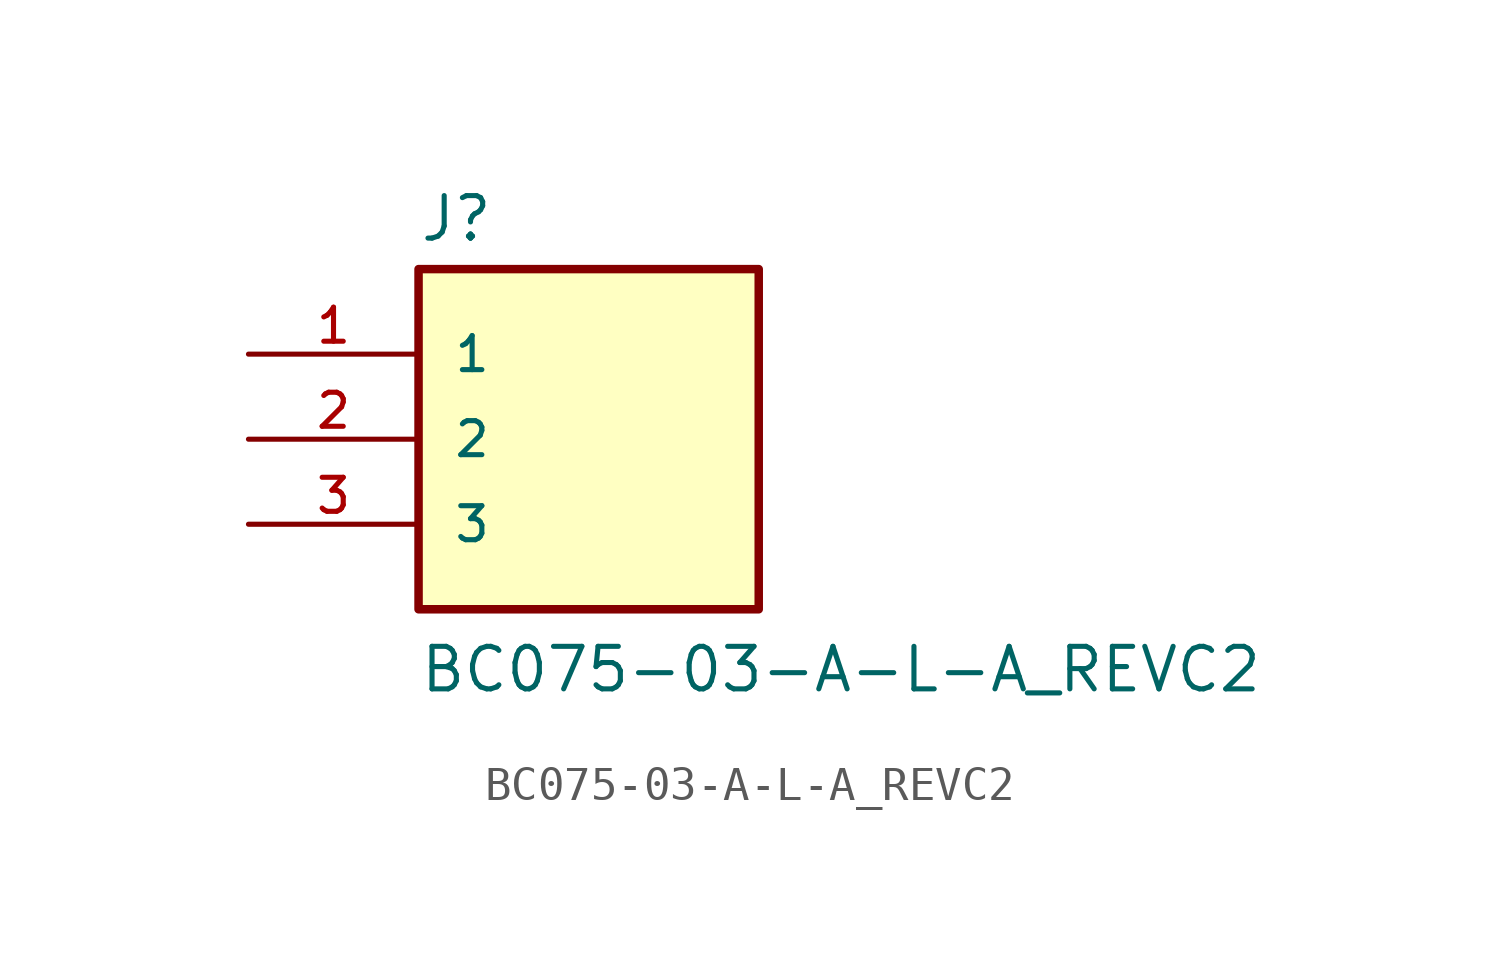
<source format=kicad_sym>
(kicad_symbol_lib
  (version 20211014)
  (generator kicad_symbol_editor)
  (symbol "BC075-03-A-L-A_REVC2"
    (pin_names
      (offset 1.016))
    (property "Reference" "J"
      (at -5.08 5.842 0)
      (effects (font (size 1.27 1.27)) (justify bottom left)))
    (property "Value" "BC075-03-A-L-A_REVC2"
      (at -5.08 -7.62 0)
      (effects (font (size 1.27 1.27)) (justify bottom left)))
    (symbol "BC075-03-A-L-A_REVC2_0_0"
      (rectangle (start -5.08 -5.08) (end 5.08 5.08) (stroke (width 0.254)) (fill (type background)))
      (pin passive line (at -10.16 2.54 0) (length 5.08) (name "1" (effects (font (size 1.016 1.016)))) (number "1" (effects (font (size 1.016 1.016)))))
      (pin passive line (at -10.16 0.0 0) (length 5.08) (name "2" (effects (font (size 1.016 1.016)))) (number "2" (effects (font (size 1.016 1.016)))))
      (pin passive line (at -10.16 -2.54 0) (length 5.08) (name "3" (effects (font (size 1.016 1.016)))) (number "3" (effects (font (size 1.016 1.016))))))))
</source>
